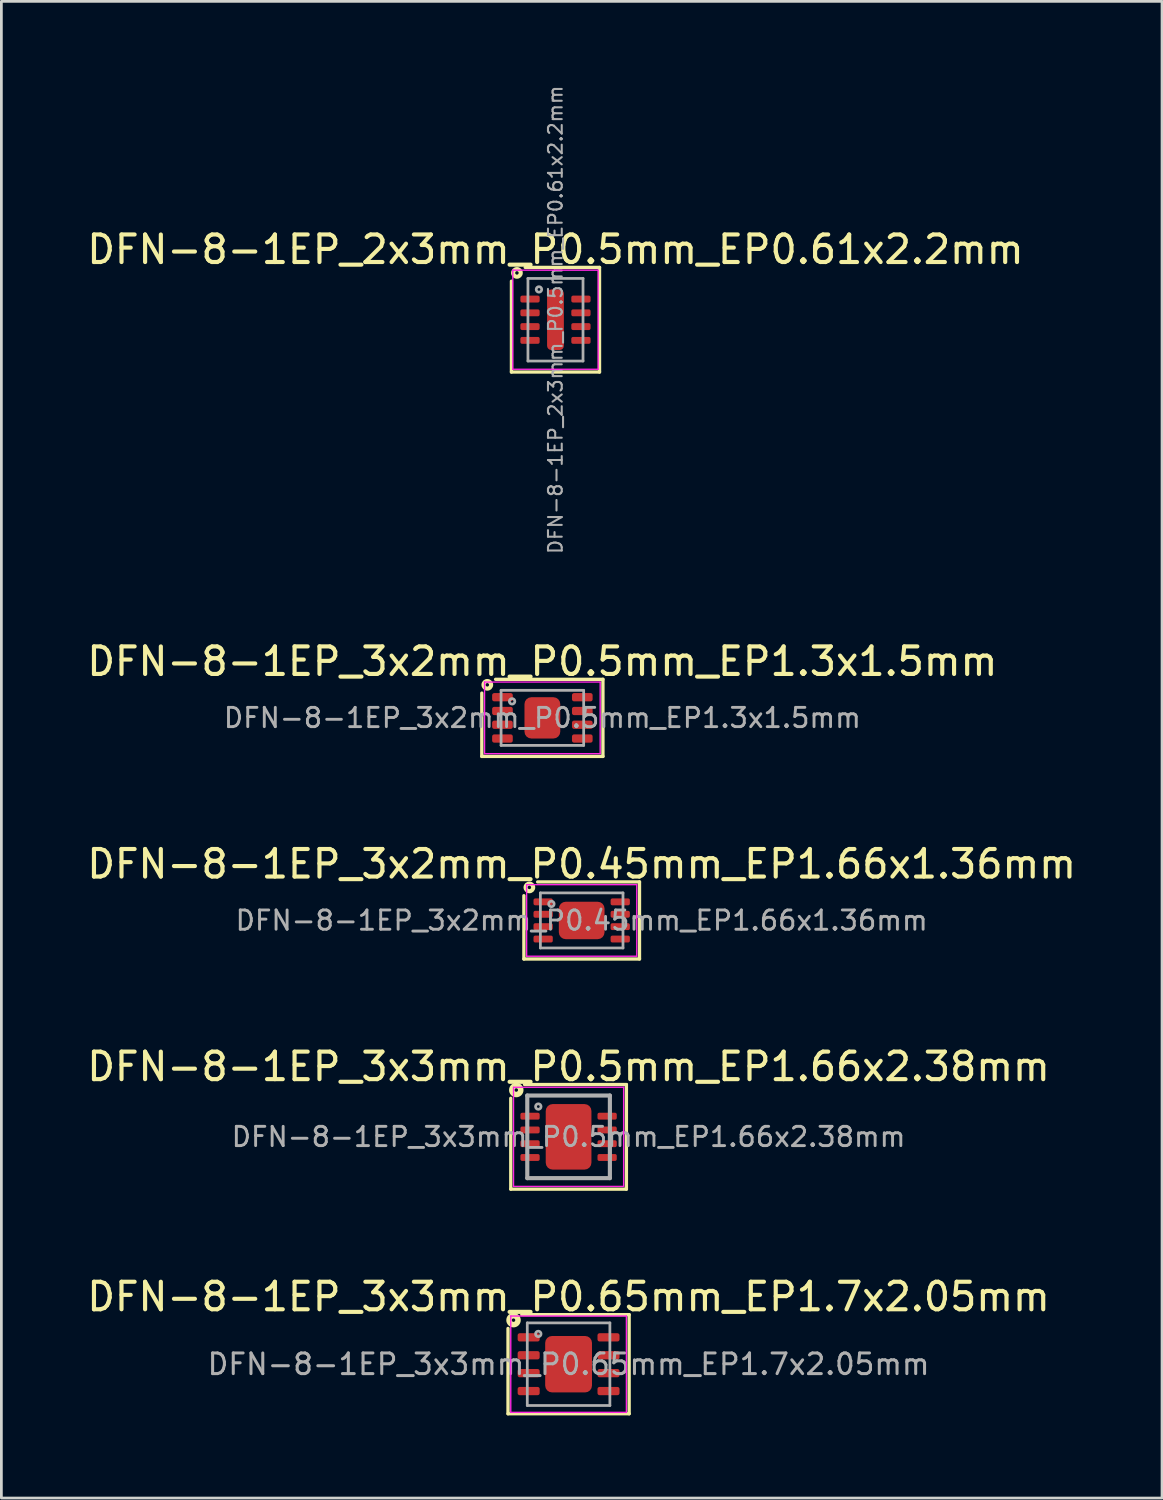
<source format=kicad_pcb>
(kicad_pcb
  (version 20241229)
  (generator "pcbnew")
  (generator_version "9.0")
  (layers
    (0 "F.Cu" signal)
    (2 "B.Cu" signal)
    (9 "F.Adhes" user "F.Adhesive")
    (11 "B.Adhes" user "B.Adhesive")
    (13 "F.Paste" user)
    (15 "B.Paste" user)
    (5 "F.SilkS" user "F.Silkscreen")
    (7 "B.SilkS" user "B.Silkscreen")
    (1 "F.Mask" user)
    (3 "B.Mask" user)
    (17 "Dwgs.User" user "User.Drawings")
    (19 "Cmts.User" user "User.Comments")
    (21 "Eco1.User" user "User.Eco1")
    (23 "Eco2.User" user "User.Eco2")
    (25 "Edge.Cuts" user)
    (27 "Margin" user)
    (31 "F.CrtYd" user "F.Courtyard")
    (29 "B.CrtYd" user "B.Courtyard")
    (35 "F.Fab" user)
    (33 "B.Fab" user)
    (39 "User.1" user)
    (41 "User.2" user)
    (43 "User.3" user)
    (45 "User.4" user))
  (footprint "DFN-8-1EP_3x3mm_P0.65mm_EP1.7x2.05mm"
    (layer "F.Cu")
    (at 17.601 46.498)
    (property "Reference" "DFN-8-1EP_3x3mm_P0.65mm_EP1.7x2.05mm" (at 0 -2.45 0) (layer "F.SilkS") (effects (font (size 1 1) (thickness 0.15))))
    (attr smd)
    (fp_line (start -2.2 1.8) (end -2.2 -1.3) (stroke (width 0.12) (type solid)) (layer "F.SilkS"))
    (fp_line (start -1.7 -1.8) (end 2.2 -1.8) (stroke (width 0.12) (type solid)) (layer "F.SilkS"))
    (fp_line (start 2.2 -1.8) (end 2.2 1.8) (stroke (width 0.12) (type solid)) (layer "F.SilkS"))
    (fp_line (start 2.2 1.8) (end -2.2 1.8) (stroke (width 0.12) (type solid)) (layer "F.SilkS"))
    (fp_circle (center -2 -1.6) (end -1.937 -1.6) (stroke (width 0.2) (type solid)) (fill no) (layer "F.SilkS"))
    (fp_line (start -2.1 -1.75) (end -2.1 1.75) (stroke (width 0.05) (type solid)) (layer "F.CrtYd"))
    (fp_line (start -2.1 1.75) (end 2.1 1.75) (stroke (width 0.05) (type solid)) (layer "F.CrtYd"))
    (fp_line (start 2.1 -1.75) (end -2.1 -1.75) (stroke (width 0.05) (type solid)) (layer "F.CrtYd"))
    (fp_line (start 2.1 1.75) (end 2.1 -1.75) (stroke (width 0.05) (type solid)) (layer "F.CrtYd"))
    (fp_line (start -1.5 -1.5) (end 1.5 -1.5) (stroke (width 0.1) (type solid)) (layer "F.Fab"))
    (fp_line (start -1.5 1.5) (end -1.5 -1.5) (stroke (width 0.1) (type solid)) (layer "F.Fab"))
    (fp_line (start 1.5 -1.5) (end 1.5 1.5) (stroke (width 0.1) (type solid)) (layer "F.Fab"))
    (fp_line (start 1.5 1.5) (end -1.5 1.5) (stroke (width 0.1) (type solid)) (layer "F.Fab"))
    (fp_circle (center -1.1 -1.1) (end -1 -1.1) (stroke (width 0.1) (type solid)) (fill no) (layer "F.Fab"))
    (fp_text user "${REFERENCE}" (at 0 0 0) (layer "F.Fab") (effects (font (size 0.75 0.75) (thickness 0.11))))
    (pad "" smd roundrect (at -0.425 -0.51) (size 0.69 0.83) (layers "F.Paste") (roundrect_rratio 0.25))
    (pad "" smd roundrect (at -0.425 0.51) (size 0.69 0.83) (layers "F.Paste") (roundrect_rratio 0.25))
    (pad "" smd roundrect (at 0.425 -0.51) (size 0.69 0.83) (layers "F.Paste") (roundrect_rratio 0.25))
    (pad "" smd roundrect (at 0.425 0.51) (size 0.69 0.83) (layers "F.Paste") (roundrect_rratio 0.25))
    (pad "1" smd roundrect (at -1.45 -0.975) (size 0.8 0.3) (layers "F.Cu" "F.Mask" "F.Paste") (roundrect_rratio 0.25))
    (pad "2" smd roundrect (at -1.45 -0.325) (size 0.8 0.3) (layers "F.Cu" "F.Mask" "F.Paste") (roundrect_rratio 0.25))
    (pad "3" smd roundrect (at -1.45 0.325) (size 0.8 0.3) (layers "F.Cu" "F.Mask" "F.Paste") (roundrect_rratio 0.25))
    (pad "4" smd roundrect (at -1.45 0.975) (size 0.8 0.3) (layers "F.Cu" "F.Mask" "F.Paste") (roundrect_rratio 0.25))
    (pad "5" smd roundrect (at 1.45 0.975) (size 0.8 0.3) (layers "F.Cu" "F.Mask" "F.Paste") (roundrect_rratio 0.25))
    (pad "6" smd roundrect (at 1.45 0.325) (size 0.8 0.3) (layers "F.Cu" "F.Mask" "F.Paste") (roundrect_rratio 0.25))
    (pad "7" smd roundrect (at 1.45 -0.325) (size 0.8 0.3) (layers "F.Cu" "F.Mask" "F.Paste") (roundrect_rratio 0.25))
    (pad "8" smd roundrect (at 1.45 -0.975) (size 0.8 0.3) (layers "F.Cu" "F.Mask" "F.Paste") (roundrect_rratio 0.25))
    (pad "9" smd roundrect (at 0 0) (size 1.7 2.05) (layers "F.Cu" "F.Mask") (roundrect_rratio 0.147)))
  (footprint "DFN-8-1EP_3x2mm_P0.5mm_EP1.3x1.5mm"
    (layer "F.Cu")
    (at 16.649 23.023)
    (property "Reference" "DFN-8-1EP_3x2mm_P0.5mm_EP1.3x1.5mm" (at 0 -2.05 0) (layer "F.SilkS") (effects (font (size 1 1) (thickness 0.15))))
    (attr smd)
    (fp_line (start -2.2 1.4) (end -2.2 -0.9) (stroke (width 0.12) (type solid)) (layer "F.SilkS"))
    (fp_line (start -1.7 -1.4) (end 2.2 -1.4) (stroke (width 0.12) (type solid)) (layer "F.SilkS"))
    (fp_line (start 2.2 -1.4) (end 2.2 1.4) (stroke (width 0.12) (type solid)) (layer "F.SilkS"))
    (fp_line (start 2.2 1.4) (end -2.2 1.4) (stroke (width 0.12) (type solid)) (layer "F.SilkS"))
    (fp_circle (center -2 -1.2) (end -1.937 -1.2) (stroke (width 0.15) (type solid)) (fill no) (layer "F.SilkS"))
    (fp_line (start -2.1 -1.3) (end -2.1 1.3) (stroke (width 0.05) (type solid)) (layer "F.CrtYd"))
    (fp_line (start -2.1 -1.3) (end 2.1 -1.3) (stroke (width 0.05) (type solid)) (layer "F.CrtYd"))
    (fp_line (start -2.1 1.3) (end 2.1 1.3) (stroke (width 0.05) (type solid)) (layer "F.CrtYd"))
    (fp_line (start 2.1 -1.3) (end 2.1 1.3) (stroke (width 0.05) (type solid)) (layer "F.CrtYd"))
    (fp_line (start -1.5 -1) (end 1.5 -1) (stroke (width 0.1) (type solid)) (layer "F.Fab"))
    (fp_line (start -1.5 1) (end -1.5 -1) (stroke (width 0.1) (type solid)) (layer "F.Fab"))
    (fp_line (start 1.5 -1) (end 1.5 1) (stroke (width 0.1) (type solid)) (layer "F.Fab"))
    (fp_line (start 1.5 1) (end -1.5 1) (stroke (width 0.1) (type solid)) (layer "F.Fab"))
    (fp_circle (center -1.1 -0.6) (end -1 -0.6) (stroke (width 0.1) (type solid)) (fill no) (layer "F.Fab"))
    (fp_text user "${REFERENCE}" (at 0 0 0) (layer "F.Fab") (effects (font (size 0.7 0.7) (thickness 0.105))))
    (pad "" smd roundrect (at -0.325 -0.375) (size 0.5 0.6) (layers "F.Paste") (roundrect_rratio 0.25))
    (pad "" smd roundrect (at -0.325 0.375) (size 0.5 0.6) (layers "F.Paste") (roundrect_rratio 0.25))
    (pad "" smd roundrect (at 0.325 -0.375) (size 0.5 0.6) (layers "F.Paste") (roundrect_rratio 0.25))
    (pad "" smd roundrect (at 0.325 0.375) (size 0.5 0.6) (layers "F.Paste") (roundrect_rratio 0.25))
    (pad "1" smd roundrect (at -1.45 -0.75) (size 0.75 0.3) (layers "F.Cu" "F.Mask" "F.Paste") (roundrect_rratio 0.25))
    (pad "2" smd roundrect (at -1.45 -0.25) (size 0.75 0.3) (layers "F.Cu" "F.Mask" "F.Paste") (roundrect_rratio 0.25))
    (pad "3" smd roundrect (at -1.45 0.25) (size 0.75 0.3) (layers "F.Cu" "F.Mask" "F.Paste") (roundrect_rratio 0.25))
    (pad "4" smd roundrect (at -1.45 0.75) (size 0.75 0.3) (layers "F.Cu" "F.Mask" "F.Paste") (roundrect_rratio 0.25))
    (pad "5" smd roundrect (at 1.45 0.75) (size 0.75 0.3) (layers "F.Cu" "F.Mask" "F.Paste") (roundrect_rratio 0.25))
    (pad "6" smd roundrect (at 1.45 0.25) (size 0.75 0.3) (layers "F.Cu" "F.Mask" "F.Paste") (roundrect_rratio 0.25))
    (pad "7" smd roundrect (at 1.45 -0.25) (size 0.75 0.3) (layers "F.Cu" "F.Mask" "F.Paste") (roundrect_rratio 0.25))
    (pad "8" smd roundrect (at 1.45 -0.75) (size 0.75 0.3) (layers "F.Cu" "F.Mask" "F.Paste") (roundrect_rratio 0.25))
    (pad "9" smd roundrect (at 0 0) (size 1.3 1.5) (layers "F.Cu" "F.Mask") (roundrect_rratio 0.192)))
  (footprint "DFN-8-1EP_3x2mm_P0.45mm_EP1.66x1.36mm"
    (layer "F.Cu")
    (at 18.077 30.381)
    (property "Reference" "DFN-8-1EP_3x2mm_P0.45mm_EP1.66x1.36mm" (at 0 -2.05 0) (layer "F.SilkS") (effects (font (size 1 1) (thickness 0.15))))
    (attr smd)
    (fp_line (start -2.1 1.4) (end -2.1 -0.9) (stroke (width 0.12) (type solid)) (layer "F.SilkS"))
    (fp_line (start -1.6 -1.4) (end 2.1 -1.4) (stroke (width 0.12) (type solid)) (layer "F.SilkS"))
    (fp_line (start 2.1 -1.4) (end 2.1 1.4) (stroke (width 0.12) (type solid)) (layer "F.SilkS"))
    (fp_line (start 2.1 1.4) (end -2.1 1.4) (stroke (width 0.12) (type solid)) (layer "F.SilkS"))
    (fp_circle (center -1.9 -1.2) (end -1.837 -1.2) (stroke (width 0.15) (type solid)) (fill no) (layer "F.SilkS"))
    (fp_line (start -2 -1.3) (end -2 1.3) (stroke (width 0.05) (type solid)) (layer "F.CrtYd"))
    (fp_line (start -2 -1.3) (end 2 -1.3) (stroke (width 0.05) (type solid)) (layer "F.CrtYd"))
    (fp_line (start -2 1.3) (end 2 1.3) (stroke (width 0.05) (type solid)) (layer "F.CrtYd"))
    (fp_line (start 2 -1.3) (end 2 1.3) (stroke (width 0.05) (type solid)) (layer "F.CrtYd"))
    (fp_line (start -1.5 -1) (end 1.5 -1) (stroke (width 0.1) (type solid)) (layer "F.Fab"))
    (fp_line (start -1.5 1) (end -1.5 -1) (stroke (width 0.1) (type solid)) (layer "F.Fab"))
    (fp_line (start 1.5 -1) (end 1.5 1) (stroke (width 0.1) (type solid)) (layer "F.Fab"))
    (fp_line (start 1.5 1) (end -1.5 1) (stroke (width 0.1) (type solid)) (layer "F.Fab"))
    (fp_circle (center -1.1 -0.6) (end -1 -0.6) (stroke (width 0.1) (type solid)) (fill no) (layer "F.Fab"))
    (fp_text user "${REFERENCE}" (at 0 0 0) (layer "F.Fab") (effects (font (size 0.7 0.7) (thickness 0.105))))
    (pad "" smd roundrect (at -0.415 -0.34) (size 0.66 0.55) (layers "F.Paste") (roundrect_rratio 0.25))
    (pad "" smd roundrect (at -0.415 0.34) (size 0.66 0.55) (layers "F.Paste") (roundrect_rratio 0.25))
    (pad "" smd roundrect (at 0.415 -0.34) (size 0.66 0.55) (layers "F.Paste") (roundrect_rratio 0.25))
    (pad "" smd roundrect (at 0.415 0.34) (size 0.66 0.55) (layers "F.Paste") (roundrect_rratio 0.25))
    (pad "1" smd roundrect (at -1.4 -0.675) (size 0.7 0.25) (layers "F.Cu" "F.Mask" "F.Paste") (roundrect_rratio 0.25))
    (pad "2" smd roundrect (at -1.4 -0.225) (size 0.7 0.25) (layers "F.Cu" "F.Mask" "F.Paste") (roundrect_rratio 0.25))
    (pad "3" smd roundrect (at -1.4 0.225) (size 0.7 0.25) (layers "F.Cu" "F.Mask" "F.Paste") (roundrect_rratio 0.25))
    (pad "4" smd roundrect (at -1.4 0.675) (size 0.7 0.25) (layers "F.Cu" "F.Mask" "F.Paste") (roundrect_rratio 0.25))
    (pad "5" smd roundrect (at 1.4 0.675) (size 0.7 0.25) (layers "F.Cu" "F.Mask" "F.Paste") (roundrect_rratio 0.25))
    (pad "6" smd roundrect (at 1.4 0.225) (size 0.7 0.25) (layers "F.Cu" "F.Mask" "F.Paste") (roundrect_rratio 0.25))
    (pad "7" smd roundrect (at 1.4 -0.225) (size 0.7 0.25) (layers "F.Cu" "F.Mask" "F.Paste") (roundrect_rratio 0.25))
    (pad "8" smd roundrect (at 1.4 -0.675) (size 0.7 0.25) (layers "F.Cu" "F.Mask" "F.Paste") (roundrect_rratio 0.25))
    (pad "9" smd roundrect (at 0 0) (size 1.66 1.36) (layers "F.Cu" "F.Mask") (roundrect_rratio 0.184)))
  (footprint "DFN-8-1EP_2x3mm_P0.5mm_EP0.61x2.2mm"
    (layer "F.Cu")
    (at 17.125 8.562)
    (property "Reference" "DFN-8-1EP_2x3mm_P0.5mm_EP0.61x2.2mm" (at 0 -2.55 0) (layer "F.SilkS") (effects (font (size 1 1) (thickness 0.15))))
    (attr smd)
    (fp_line (start -1.6 1.9) (end -1.6 -1.4) (stroke (width 0.12) (type solid)) (layer "F.SilkS"))
    (fp_line (start -1.1 -1.9) (end 1.6 -1.9) (stroke (width 0.12) (type solid)) (layer "F.SilkS"))
    (fp_line (start 1.6 -1.9) (end 1.6 1.9) (stroke (width 0.12) (type solid)) (layer "F.SilkS"))
    (fp_line (start 1.6 1.9) (end -1.6 1.9) (stroke (width 0.12) (type solid)) (layer "F.SilkS"))
    (fp_circle (center -1.4 -1.7) (end -1.337 -1.7) (stroke (width 0.15) (type solid)) (fill no) (layer "F.SilkS"))
    (fp_line (start -1.55 -1.8) (end -1.55 1.8) (stroke (width 0.05) (type solid)) (layer "F.CrtYd"))
    (fp_line (start -1.55 -1.8) (end 1.55 -1.8) (stroke (width 0.05) (type solid)) (layer "F.CrtYd"))
    (fp_line (start -1.55 1.8) (end 1.55 1.8) (stroke (width 0.05) (type solid)) (layer "F.CrtYd"))
    (fp_line (start 1.55 -1.8) (end 1.55 1.8) (stroke (width 0.05) (type solid)) (layer "F.CrtYd"))
    (fp_line (start -1 -1.5) (end 1 -1.5) (stroke (width 0.1) (type solid)) (layer "F.Fab"))
    (fp_line (start -1 1.5) (end -1 -1.5) (stroke (width 0.1) (type solid)) (layer "F.Fab"))
    (fp_line (start 1 -1.5) (end 1 1.5) (stroke (width 0.1) (type solid)) (layer "F.Fab"))
    (fp_line (start 1 1.5) (end -1 1.5) (stroke (width 0.1) (type solid)) (layer "F.Fab"))
    (fp_circle (center -0.6 -1.1) (end -0.5 -1.1) (stroke (width 0.1) (type solid)) (fill no) (layer "F.Fab"))
    (fp_text user "${REFERENCE}" (at 0 0 90) (layer "F.Fab") (effects (font (size 0.5 0.5) (thickness 0.075))))
    (pad "" smd roundrect (at 0 -0.734) (size 0.5 0.59) (layers "F.Paste") (roundrect_rratio 0.25))
    (pad "" smd roundrect (at 0 0) (size 0.5 0.59) (layers "F.Paste") (roundrect_rratio 0.25))
    (pad "" smd roundrect (at 0 0.734) (size 0.5 0.59) (layers "F.Paste") (roundrect_rratio 0.25))
    (pad "1" smd roundrect (at -0.925 -0.75) (size 0.7 0.25) (layers "F.Cu" "F.Mask" "F.Paste") (roundrect_rratio 0.25))
    (pad "2" smd roundrect (at -0.925 -0.25) (size 0.7 0.25) (layers "F.Cu" "F.Mask" "F.Paste") (roundrect_rratio 0.25))
    (pad "3" smd roundrect (at -0.925 0.25) (size 0.7 0.25) (layers "F.Cu" "F.Mask" "F.Paste") (roundrect_rratio 0.25))
    (pad "4" smd roundrect (at -0.925 0.75) (size 0.7 0.25) (layers "F.Cu" "F.Mask" "F.Paste") (roundrect_rratio 0.25))
    (pad "5" smd roundrect (at 0.925 0.75) (size 0.7 0.25) (layers "F.Cu" "F.Mask" "F.Paste") (roundrect_rratio 0.25))
    (pad "6" smd roundrect (at 0.925 0.25) (size 0.7 0.25) (layers "F.Cu" "F.Mask" "F.Paste") (roundrect_rratio 0.25))
    (pad "7" smd roundrect (at 0.925 -0.25) (size 0.7 0.25) (layers "F.Cu" "F.Mask" "F.Paste") (roundrect_rratio 0.25))
    (pad "8" smd roundrect (at 0.925 -0.75) (size 0.7 0.25) (layers "F.Cu" "F.Mask" "F.Paste") (roundrect_rratio 0.25))
    (pad "9" smd roundrect (at 0 0) (size 0.61 2.2) (layers "F.Cu" "F.Mask") (roundrect_rratio 0.25)))
  (footprint "DFN-8-1EP_3x3mm_P0.5mm_EP1.66x2.38mm"
    (layer "F.Cu")
    (at 17.601 38.24)
    (property "Reference" "DFN-8-1EP_3x3mm_P0.5mm_EP1.66x2.38mm" (at 0 -2.55 0) (layer "F.SilkS") (effects (font (size 1 1) (thickness 0.15))))
    (attr smd)
    (fp_line (start -2.1 1.9) (end -2.1 -1.4) (stroke (width 0.12) (type solid)) (layer "F.SilkS"))
    (fp_line (start -1.6 -1.9) (end 2.1 -1.9) (stroke (width 0.12) (type solid)) (layer "F.SilkS"))
    (fp_line (start 2.1 -1.9) (end 2.1 1.9) (stroke (width 0.12) (type solid)) (layer "F.SilkS"))
    (fp_line (start 2.1 1.9) (end -2.1 1.9) (stroke (width 0.12) (type solid)) (layer "F.SilkS"))
    (fp_circle (center -1.9 -1.7) (end -1.837 -1.7) (stroke (width 0.2) (type solid)) (fill no) (layer "F.SilkS"))
    (fp_line (start -2 -1.8) (end -2 1.8) (stroke (width 0.05) (type solid)) (layer "F.CrtYd"))
    (fp_line (start -2 -1.8) (end 2 -1.8) (stroke (width 0.05) (type solid)) (layer "F.CrtYd"))
    (fp_line (start -2 1.8) (end 2 1.8) (stroke (width 0.05) (type solid)) (layer "F.CrtYd"))
    (fp_line (start 2 -1.8) (end 2 1.8) (stroke (width 0.05) (type solid)) (layer "F.CrtYd"))
    (fp_line (start -1.5 -1.5) (end 1.5 -1.5) (stroke (width 0.15) (type solid)) (layer "F.Fab"))
    (fp_line (start -1.5 1.5) (end -1.5 -1.5) (stroke (width 0.15) (type solid)) (layer "F.Fab"))
    (fp_line (start 1.5 -1.5) (end 1.5 1.5) (stroke (width 0.15) (type solid)) (layer "F.Fab"))
    (fp_line (start 1.5 1.5) (end -1.5 1.5) (stroke (width 0.15) (type solid)) (layer "F.Fab"))
    (fp_circle (center -1.1 -1.1) (end -1 -1.1) (stroke (width 0.1) (type solid)) (fill no) (layer "F.Fab"))
    (fp_text user "${REFERENCE}" (at 0 0 0) (layer "F.Fab") (effects (font (size 0.7 0.7) (thickness 0.105))))
    (pad "" smd roundrect (at -0.415 -0.595) (size 0.64 1) (layers "F.Paste") (roundrect_rratio 0.25))
    (pad "" smd roundrect (at -0.415 0.595) (size 0.64 1) (layers "F.Paste") (roundrect_rratio 0.25))
    (pad "" smd roundrect (at 0.415 -0.595) (size 0.64 1) (layers "F.Paste") (roundrect_rratio 0.25))
    (pad "" smd roundrect (at 0.415 0.595) (size 0.64 1) (layers "F.Paste") (roundrect_rratio 0.25))
    (pad "1" smd roundrect (at -1.4 -0.75) (size 0.7 0.25) (layers "F.Cu" "F.Mask" "F.Paste") (roundrect_rratio 0.25))
    (pad "2" smd roundrect (at -1.4 -0.25) (size 0.7 0.25) (layers "F.Cu" "F.Mask" "F.Paste") (roundrect_rratio 0.25))
    (pad "3" smd roundrect (at -1.4 0.25) (size 0.7 0.25) (layers "F.Cu" "F.Mask" "F.Paste") (roundrect_rratio 0.25))
    (pad "4" smd roundrect (at -1.4 0.75) (size 0.7 0.25) (layers "F.Cu" "F.Mask" "F.Paste") (roundrect_rratio 0.25))
    (pad "5" smd roundrect (at 1.4 0.75) (size 0.7 0.25) (layers "F.Cu" "F.Mask" "F.Paste") (roundrect_rratio 0.25))
    (pad "6" smd roundrect (at 1.4 0.25) (size 0.7 0.25) (layers "F.Cu" "F.Mask" "F.Paste") (roundrect_rratio 0.25))
    (pad "7" smd roundrect (at 1.4 -0.25) (size 0.7 0.25) (layers "F.Cu" "F.Mask" "F.Paste") (roundrect_rratio 0.25))
    (pad "8" smd roundrect (at 1.4 -0.75) (size 0.7 0.25) (layers "F.Cu" "F.Mask" "F.Paste") (roundrect_rratio 0.25))
    (pad "9" smd roundrect (at 0 0) (size 1.66 2.38) (layers "F.Cu" "F.Mask") (roundrect_rratio 0.151)))
  (gr_rect
    (start -3 -3)
    (end 39.155 51.358)
    (stroke (width 0.1) (type default))
    (fill no)
    (layer "Edge.Cuts")))
</source>
